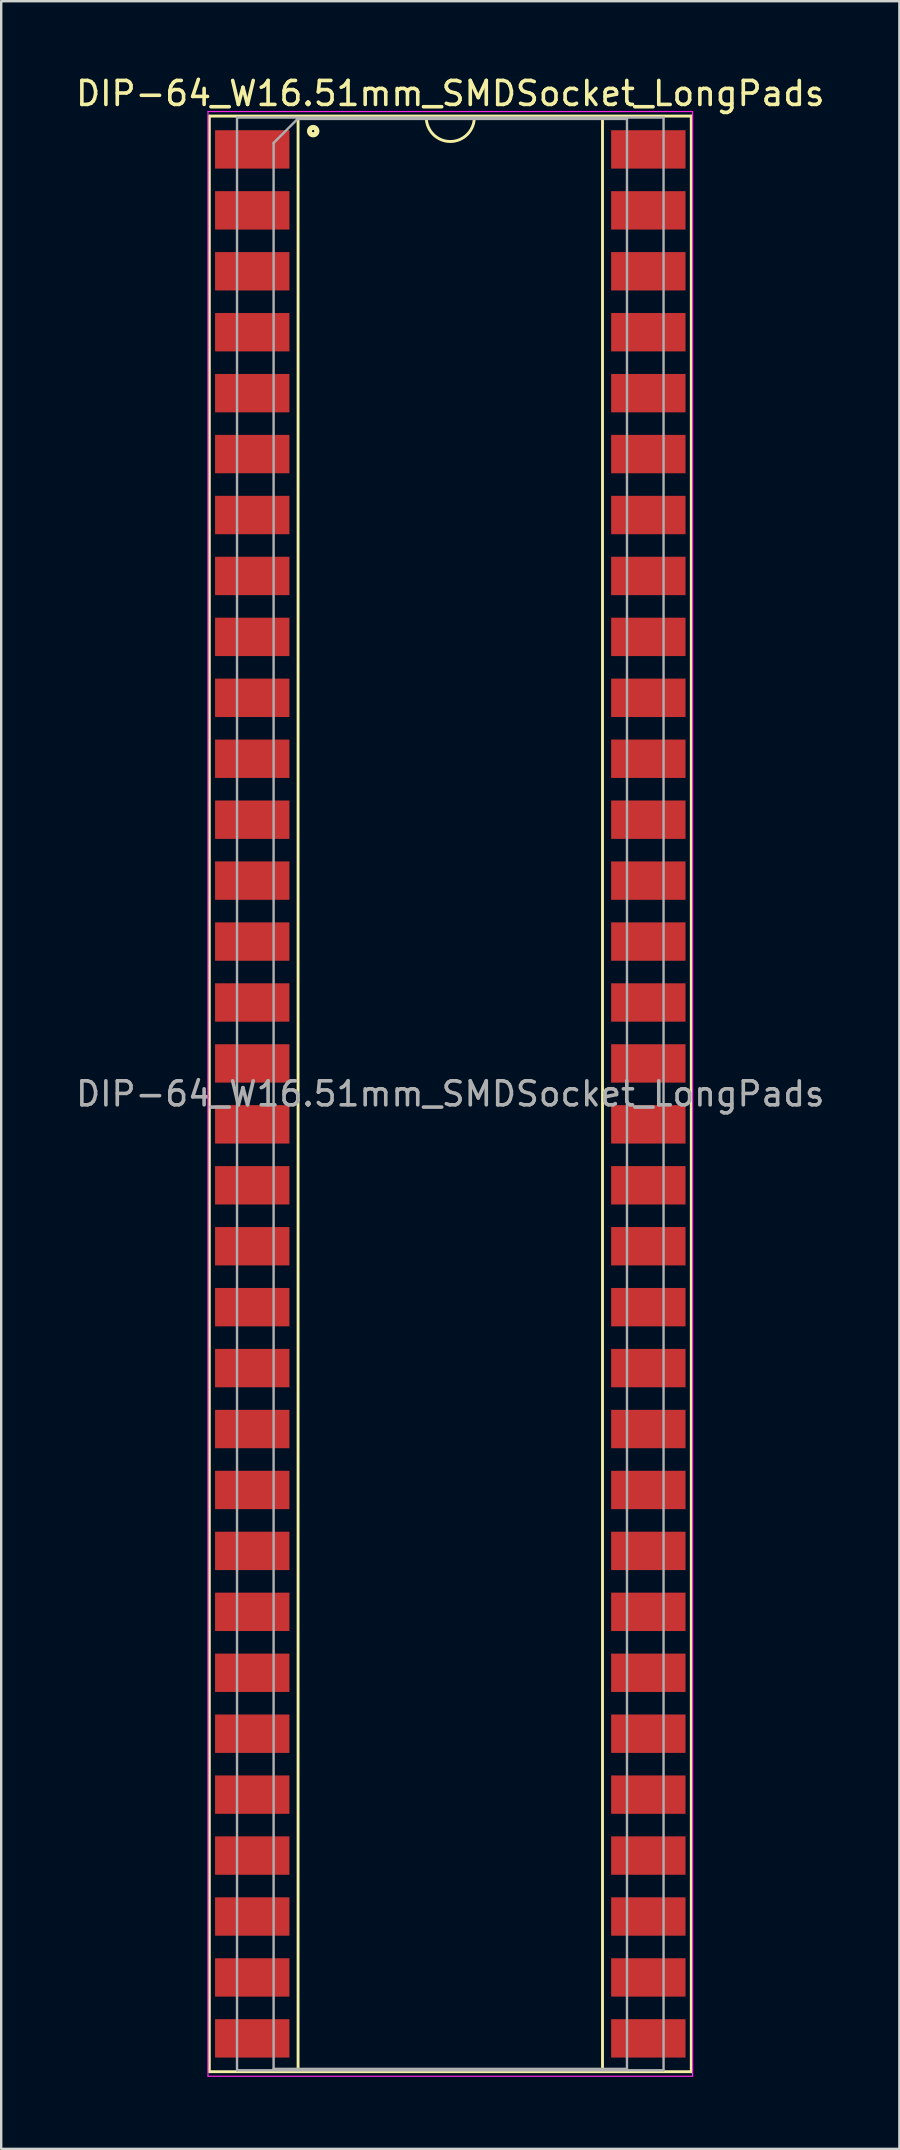
<source format=kicad_pcb>
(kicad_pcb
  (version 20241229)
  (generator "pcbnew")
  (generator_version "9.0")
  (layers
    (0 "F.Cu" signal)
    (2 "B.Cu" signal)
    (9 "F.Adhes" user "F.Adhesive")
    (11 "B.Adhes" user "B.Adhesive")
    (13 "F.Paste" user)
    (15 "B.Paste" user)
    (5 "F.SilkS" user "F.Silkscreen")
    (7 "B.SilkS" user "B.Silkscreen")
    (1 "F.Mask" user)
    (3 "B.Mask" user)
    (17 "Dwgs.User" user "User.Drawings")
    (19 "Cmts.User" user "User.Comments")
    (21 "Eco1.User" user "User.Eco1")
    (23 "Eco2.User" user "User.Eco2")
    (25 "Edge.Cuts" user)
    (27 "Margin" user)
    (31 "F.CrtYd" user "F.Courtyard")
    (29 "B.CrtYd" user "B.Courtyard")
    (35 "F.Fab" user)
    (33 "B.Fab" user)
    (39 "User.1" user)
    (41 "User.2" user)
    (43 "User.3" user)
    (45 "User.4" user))
  (footprint "DIP-64_W16.51mm_SMDSocket_LongPads"
    (layer "F.Cu")
    (at 15.72 42.548)
    (property "Reference" "DIP-64_W16.51mm_SMDSocket_LongPads" (at 0 -41.7 0) (layer "F.SilkS") (effects (font (size 1 1) (thickness 0.15))))
    (attr smd)
    (fp_line (start -10.045 -40.76) (end -10.045 40.76) (stroke (width 0.12) (type solid)) (layer "F.SilkS"))
    (fp_line (start -10.045 40.76) (end 10.045 40.76) (stroke (width 0.12) (type solid)) (layer "F.SilkS"))
    (fp_line (start -6.345 -40.7) (end -6.345 40.7) (stroke (width 0.12) (type solid)) (layer "F.SilkS"))
    (fp_line (start -6.345 40.7) (end 6.345 40.7) (stroke (width 0.12) (type solid)) (layer "F.SilkS"))
    (fp_line (start -1 -40.7) (end -6.345 -40.7) (stroke (width 0.12) (type solid)) (layer "F.SilkS"))
    (fp_line (start 6.345 -40.7) (end 1 -40.7) (stroke (width 0.12) (type solid)) (layer "F.SilkS"))
    (fp_line (start 6.345 40.7) (end 6.345 -40.7) (stroke (width 0.12) (type solid)) (layer "F.SilkS"))
    (fp_line (start 10.045 -40.76) (end -10.045 -40.76) (stroke (width 0.12) (type solid)) (layer "F.SilkS"))
    (fp_line (start 10.045 40.76) (end 10.045 -40.76) (stroke (width 0.12) (type solid)) (layer "F.SilkS"))
    (fp_arc (start 1 -40.7) (mid 0 -39.7) (end -1 -40.7) (stroke (width 0.12) (type solid)) (layer "F.SilkS"))
    (fp_circle (center -5.715 -40.132) (end -5.665 -40.132) (stroke (width 0.12) (type solid)) (fill no) (layer "F.SilkS"))
    (fp_circle (center -5.715 -40.132) (end -5.59 -40.132) (stroke (width 0.12) (type solid)) (fill no) (layer "F.SilkS"))
    (fp_circle (center -5.715 -40.132) (end -5.515 -40.132) (stroke (width 0.12) (type solid)) (fill no) (layer "F.SilkS"))
    (fp_line (start -10.1 -40.95) (end -10.1 40.95) (stroke (width 0.05) (type solid)) (layer "F.CrtYd"))
    (fp_line (start -10.1 40.95) (end 10.1 40.95) (stroke (width 0.05) (type solid)) (layer "F.CrtYd"))
    (fp_line (start 10.1 -40.95) (end -10.1 -40.95) (stroke (width 0.05) (type solid)) (layer "F.CrtYd"))
    (fp_line (start 10.1 40.95) (end 10.1 -40.95) (stroke (width 0.05) (type solid)) (layer "F.CrtYd"))
    (fp_line (start -8.89 -40.7) (end -8.89 40.7) (stroke (width 0.1) (type solid)) (layer "F.Fab"))
    (fp_line (start -8.89 40.7) (end 8.89 40.7) (stroke (width 0.1) (type solid)) (layer "F.Fab"))
    (fp_line (start -7.365 -39.64) (end -6.365 -40.64) (stroke (width 0.1) (type solid)) (layer "F.Fab"))
    (fp_line (start -7.365 40.64) (end -7.365 -39.64) (stroke (width 0.1) (type solid)) (layer "F.Fab"))
    (fp_line (start -6.365 -40.64) (end 7.365 -40.64) (stroke (width 0.1) (type solid)) (layer "F.Fab"))
    (fp_line (start 7.365 -40.64) (end 7.365 40.64) (stroke (width 0.1) (type solid)) (layer "F.Fab"))
    (fp_line (start 7.365 40.64) (end -7.365 40.64) (stroke (width 0.1) (type solid)) (layer "F.Fab"))
    (fp_line (start 8.89 -40.7) (end -8.89 -40.7) (stroke (width 0.1) (type solid)) (layer "F.Fab"))
    (fp_line (start 8.89 40.7) (end 8.89 -40.7) (stroke (width 0.1) (type solid)) (layer "F.Fab"))
    (fp_text user "${REFERENCE}" (at 0 0 0) (layer "F.Fab") (effects (font (size 1 1) (thickness 0.15))))
    (pad "1" smd rect (at -8.255 -39.37) (size 3.1 1.6) (layers "F.Cu" "F.Mask" "F.Paste"))
    (pad "2" smd rect (at -8.255 -36.83) (size 3.1 1.6) (layers "F.Cu" "F.Mask" "F.Paste"))
    (pad "3" smd rect (at -8.255 -34.29) (size 3.1 1.6) (layers "F.Cu" "F.Mask" "F.Paste"))
    (pad "4" smd rect (at -8.255 -31.75) (size 3.1 1.6) (layers "F.Cu" "F.Mask" "F.Paste"))
    (pad "5" smd rect (at -8.255 -29.21) (size 3.1 1.6) (layers "F.Cu" "F.Mask" "F.Paste"))
    (pad "6" smd rect (at -8.255 -26.67) (size 3.1 1.6) (layers "F.Cu" "F.Mask" "F.Paste"))
    (pad "7" smd rect (at -8.255 -24.13) (size 3.1 1.6) (layers "F.Cu" "F.Mask" "F.Paste"))
    (pad "8" smd rect (at -8.255 -21.59) (size 3.1 1.6) (layers "F.Cu" "F.Mask" "F.Paste"))
    (pad "9" smd rect (at -8.255 -19.05) (size 3.1 1.6) (layers "F.Cu" "F.Mask" "F.Paste"))
    (pad "10" smd rect (at -8.255 -16.51) (size 3.1 1.6) (layers "F.Cu" "F.Mask" "F.Paste"))
    (pad "11" smd rect (at -8.255 -13.97) (size 3.1 1.6) (layers "F.Cu" "F.Mask" "F.Paste"))
    (pad "12" smd rect (at -8.255 -11.43) (size 3.1 1.6) (layers "F.Cu" "F.Mask" "F.Paste"))
    (pad "13" smd rect (at -8.255 -8.89) (size 3.1 1.6) (layers "F.Cu" "F.Mask" "F.Paste"))
    (pad "14" smd rect (at -8.255 -6.35) (size 3.1 1.6) (layers "F.Cu" "F.Mask" "F.Paste"))
    (pad "15" smd rect (at -8.255 -3.81) (size 3.1 1.6) (layers "F.Cu" "F.Mask" "F.Paste"))
    (pad "16" smd rect (at -8.255 -1.27) (size 3.1 1.6) (layers "F.Cu" "F.Mask" "F.Paste"))
    (pad "17" smd rect (at -8.255 1.27) (size 3.1 1.6) (layers "F.Cu" "F.Mask" "F.Paste"))
    (pad "18" smd rect (at -8.255 3.81) (size 3.1 1.6) (layers "F.Cu" "F.Mask" "F.Paste"))
    (pad "19" smd rect (at -8.255 6.35) (size 3.1 1.6) (layers "F.Cu" "F.Mask" "F.Paste"))
    (pad "20" smd rect (at -8.255 8.89) (size 3.1 1.6) (layers "F.Cu" "F.Mask" "F.Paste"))
    (pad "21" smd rect (at -8.255 11.43) (size 3.1 1.6) (layers "F.Cu" "F.Mask" "F.Paste"))
    (pad "22" smd rect (at -8.255 13.97) (size 3.1 1.6) (layers "F.Cu" "F.Mask" "F.Paste"))
    (pad "23" smd rect (at -8.255 16.51) (size 3.1 1.6) (layers "F.Cu" "F.Mask" "F.Paste"))
    (pad "24" smd rect (at -8.255 19.05) (size 3.1 1.6) (layers "F.Cu" "F.Mask" "F.Paste"))
    (pad "25" smd rect (at -8.255 21.59) (size 3.1 1.6) (layers "F.Cu" "F.Mask" "F.Paste"))
    (pad "26" smd rect (at -8.255 24.13) (size 3.1 1.6) (layers "F.Cu" "F.Mask" "F.Paste"))
    (pad "27" smd rect (at -8.255 26.67) (size 3.1 1.6) (layers "F.Cu" "F.Mask" "F.Paste"))
    (pad "28" smd rect (at -8.255 29.21) (size 3.1 1.6) (layers "F.Cu" "F.Mask" "F.Paste"))
    (pad "29" smd rect (at -8.255 31.75) (size 3.1 1.6) (layers "F.Cu" "F.Mask" "F.Paste"))
    (pad "30" smd rect (at -8.255 34.29) (size 3.1 1.6) (layers "F.Cu" "F.Mask" "F.Paste"))
    (pad "31" smd rect (at -8.255 36.83) (size 3.1 1.6) (layers "F.Cu" "F.Mask" "F.Paste"))
    (pad "32" smd rect (at -8.255 39.37) (size 3.1 1.6) (layers "F.Cu" "F.Mask" "F.Paste"))
    (pad "33" smd rect (at 8.255 39.37) (size 3.1 1.6) (layers "F.Cu" "F.Mask" "F.Paste"))
    (pad "34" smd rect (at 8.255 36.83) (size 3.1 1.6) (layers "F.Cu" "F.Mask" "F.Paste"))
    (pad "35" smd rect (at 8.255 34.29) (size 3.1 1.6) (layers "F.Cu" "F.Mask" "F.Paste"))
    (pad "36" smd rect (at 8.255 31.75) (size 3.1 1.6) (layers "F.Cu" "F.Mask" "F.Paste"))
    (pad "37" smd rect (at 8.255 29.21) (size 3.1 1.6) (layers "F.Cu" "F.Mask" "F.Paste"))
    (pad "38" smd rect (at 8.255 26.67) (size 3.1 1.6) (layers "F.Cu" "F.Mask" "F.Paste"))
    (pad "39" smd rect (at 8.255 24.13) (size 3.1 1.6) (layers "F.Cu" "F.Mask" "F.Paste"))
    (pad "40" smd rect (at 8.255 21.59) (size 3.1 1.6) (layers "F.Cu" "F.Mask" "F.Paste"))
    (pad "41" smd rect (at 8.255 19.05) (size 3.1 1.6) (layers "F.Cu" "F.Mask" "F.Paste"))
    (pad "42" smd rect (at 8.255 16.51) (size 3.1 1.6) (layers "F.Cu" "F.Mask" "F.Paste"))
    (pad "43" smd rect (at 8.255 13.97) (size 3.1 1.6) (layers "F.Cu" "F.Mask" "F.Paste"))
    (pad "44" smd rect (at 8.255 11.43) (size 3.1 1.6) (layers "F.Cu" "F.Mask" "F.Paste"))
    (pad "45" smd rect (at 8.255 8.89) (size 3.1 1.6) (layers "F.Cu" "F.Mask" "F.Paste"))
    (pad "46" smd rect (at 8.255 6.35) (size 3.1 1.6) (layers "F.Cu" "F.Mask" "F.Paste"))
    (pad "47" smd rect (at 8.255 3.81) (size 3.1 1.6) (layers "F.Cu" "F.Mask" "F.Paste"))
    (pad "48" smd rect (at 8.255 1.27) (size 3.1 1.6) (layers "F.Cu" "F.Mask" "F.Paste"))
    (pad "49" smd rect (at 8.255 -1.27) (size 3.1 1.6) (layers "F.Cu" "F.Mask" "F.Paste"))
    (pad "50" smd rect (at 8.255 -3.81) (size 3.1 1.6) (layers "F.Cu" "F.Mask" "F.Paste"))
    (pad "51" smd rect (at 8.255 -6.35) (size 3.1 1.6) (layers "F.Cu" "F.Mask" "F.Paste"))
    (pad "52" smd rect (at 8.255 -8.89) (size 3.1 1.6) (layers "F.Cu" "F.Mask" "F.Paste"))
    (pad "53" smd rect (at 8.255 -11.43) (size 3.1 1.6) (layers "F.Cu" "F.Mask" "F.Paste"))
    (pad "54" smd rect (at 8.255 -13.97) (size 3.1 1.6) (layers "F.Cu" "F.Mask" "F.Paste"))
    (pad "55" smd rect (at 8.255 -16.51) (size 3.1 1.6) (layers "F.Cu" "F.Mask" "F.Paste"))
    (pad "56" smd rect (at 8.255 -19.05) (size 3.1 1.6) (layers "F.Cu" "F.Mask" "F.Paste"))
    (pad "57" smd rect (at 8.255 -21.59) (size 3.1 1.6) (layers "F.Cu" "F.Mask" "F.Paste"))
    (pad "58" smd rect (at 8.255 -24.13) (size 3.1 1.6) (layers "F.Cu" "F.Mask" "F.Paste"))
    (pad "59" smd rect (at 8.255 -26.67) (size 3.1 1.6) (layers "F.Cu" "F.Mask" "F.Paste"))
    (pad "60" smd rect (at 8.255 -29.21) (size 3.1 1.6) (layers "F.Cu" "F.Mask" "F.Paste"))
    (pad "61" smd rect (at 8.255 -31.75) (size 3.1 1.6) (layers "F.Cu" "F.Mask" "F.Paste"))
    (pad "62" smd rect (at 8.255 -34.29) (size 3.1 1.6) (layers "F.Cu" "F.Mask" "F.Paste"))
    (pad "63" smd rect (at 8.255 -36.83) (size 3.1 1.6) (layers "F.Cu" "F.Mask" "F.Paste"))
    (pad "64" smd rect (at 8.255 -39.37) (size 3.1 1.6) (layers "F.Cu" "F.Mask" "F.Paste")))
  (gr_rect
    (start -3 -3)
    (end 34.44 86.523)
    (stroke (width 0.1) (type default))
    (fill no)
    (layer "Edge.Cuts")))
</source>
